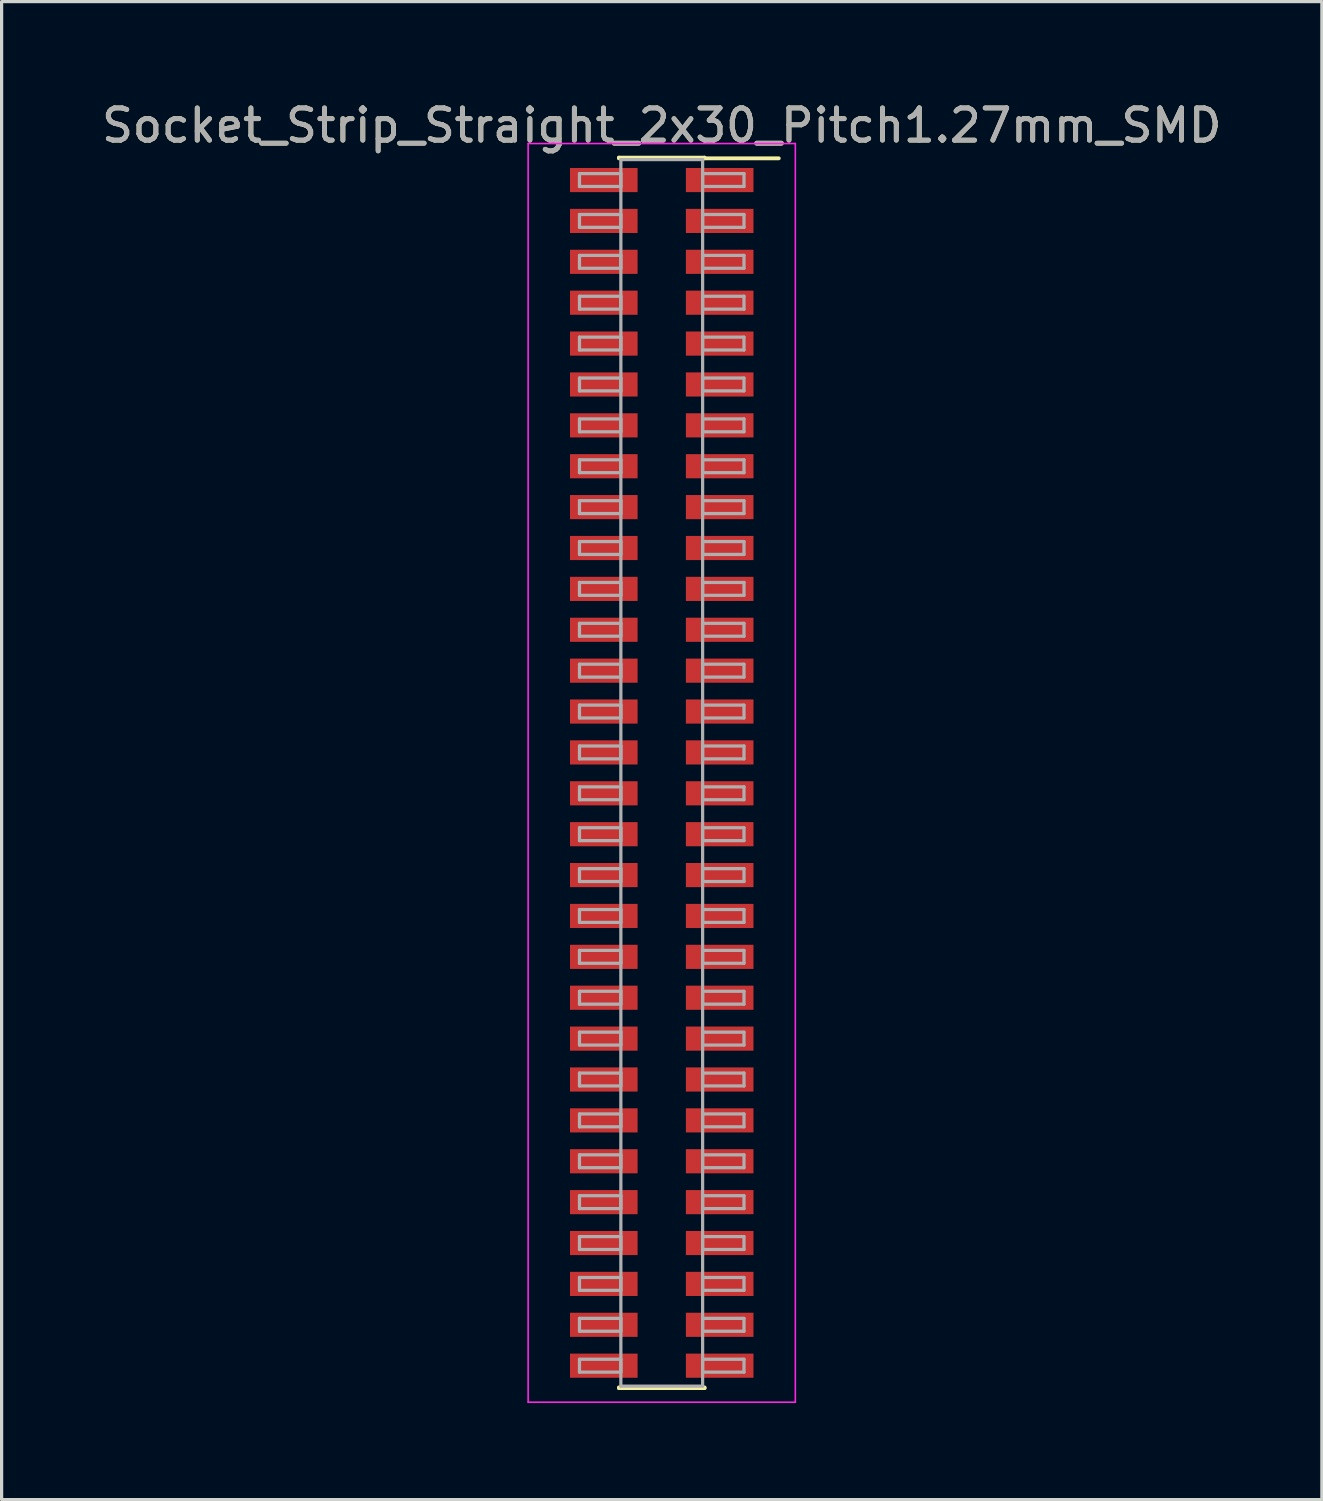
<source format=kicad_pcb>
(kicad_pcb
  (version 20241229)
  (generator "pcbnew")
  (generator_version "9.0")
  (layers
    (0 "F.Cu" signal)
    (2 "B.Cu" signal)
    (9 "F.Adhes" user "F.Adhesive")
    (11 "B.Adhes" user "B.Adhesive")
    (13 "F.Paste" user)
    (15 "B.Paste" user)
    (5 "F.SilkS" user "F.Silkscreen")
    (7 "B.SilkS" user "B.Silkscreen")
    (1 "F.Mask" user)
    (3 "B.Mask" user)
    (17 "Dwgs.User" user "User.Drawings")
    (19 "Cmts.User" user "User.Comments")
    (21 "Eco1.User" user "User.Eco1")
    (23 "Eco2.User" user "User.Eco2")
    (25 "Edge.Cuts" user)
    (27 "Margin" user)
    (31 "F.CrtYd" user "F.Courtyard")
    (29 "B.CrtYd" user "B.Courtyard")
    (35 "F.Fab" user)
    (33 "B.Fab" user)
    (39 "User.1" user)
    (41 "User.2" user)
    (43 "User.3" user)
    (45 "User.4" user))
  (footprint "Socket_Strip_Straight_2x30_Pitch1.27mm_SMD"
    (layer "F.Cu")
    (at 17.506 20.958)
    (property "Reference" "Socket_Strip_Straight_2x30_Pitch1.27mm_SMD" (at 0 -20.11 0) (layer "F.SilkS") (effects (font (size 1 1) (thickness 0.15))))
    (attr smd)
    (fp_line (start -1.33 -19.11) (end 1.33 -19.11) (stroke (width 0.12) (type solid)) (layer "F.SilkS"))
    (fp_line (start -1.33 -19.09) (end -1.33 -19.11) (stroke (width 0.12) (type solid)) (layer "F.SilkS"))
    (fp_line (start -1.33 19.09) (end -1.33 19.11) (stroke (width 0.12) (type solid)) (layer "F.SilkS"))
    (fp_line (start -1.33 19.11) (end 1.33 19.11) (stroke (width 0.12) (type solid)) (layer "F.SilkS"))
    (fp_line (start 1.33 -19.11) (end 1.33 -19.09) (stroke (width 0.12) (type solid)) (layer "F.SilkS"))
    (fp_line (start 1.33 19.11) (end 1.33 19.09) (stroke (width 0.12) (type solid)) (layer "F.SilkS"))
    (fp_line (start 3.635 -19.09) (end 1.33 -19.09) (stroke (width 0.12) (type solid)) (layer "F.SilkS"))
    (fp_line (start -4.15 -19.55) (end -4.15 19.55) (stroke (width 0.05) (type solid)) (layer "F.CrtYd"))
    (fp_line (start -4.15 19.55) (end 4.15 19.55) (stroke (width 0.05) (type solid)) (layer "F.CrtYd"))
    (fp_line (start 4.15 -19.55) (end -4.15 -19.55) (stroke (width 0.05) (type solid)) (layer "F.CrtYd"))
    (fp_line (start 4.15 19.55) (end 4.15 -19.55) (stroke (width 0.05) (type solid)) (layer "F.CrtYd"))
    (fp_line (start -2.555 -18.615) (end -1.27 -18.615) (stroke (width 0.1) (type solid)) (layer "F.Fab"))
    (fp_line (start -2.555 -18.215) (end -2.555 -18.615) (stroke (width 0.1) (type solid)) (layer "F.Fab"))
    (fp_line (start -2.555 -17.345) (end -1.27 -17.345) (stroke (width 0.1) (type solid)) (layer "F.Fab"))
    (fp_line (start -2.555 -16.945) (end -2.555 -17.345) (stroke (width 0.1) (type solid)) (layer "F.Fab"))
    (fp_line (start -2.555 -16.075) (end -1.27 -16.075) (stroke (width 0.1) (type solid)) (layer "F.Fab"))
    (fp_line (start -2.555 -15.675) (end -2.555 -16.075) (stroke (width 0.1) (type solid)) (layer "F.Fab"))
    (fp_line (start -2.555 -14.805) (end -1.27 -14.805) (stroke (width 0.1) (type solid)) (layer "F.Fab"))
    (fp_line (start -2.555 -14.405) (end -2.555 -14.805) (stroke (width 0.1) (type solid)) (layer "F.Fab"))
    (fp_line (start -2.555 -13.535) (end -1.27 -13.535) (stroke (width 0.1) (type solid)) (layer "F.Fab"))
    (fp_line (start -2.555 -13.135) (end -2.555 -13.535) (stroke (width 0.1) (type solid)) (layer "F.Fab"))
    (fp_line (start -2.555 -12.265) (end -1.27 -12.265) (stroke (width 0.1) (type solid)) (layer "F.Fab"))
    (fp_line (start -2.555 -11.865) (end -2.555 -12.265) (stroke (width 0.1) (type solid)) (layer "F.Fab"))
    (fp_line (start -2.555 -10.995) (end -1.27 -10.995) (stroke (width 0.1) (type solid)) (layer "F.Fab"))
    (fp_line (start -2.555 -10.595) (end -2.555 -10.995) (stroke (width 0.1) (type solid)) (layer "F.Fab"))
    (fp_line (start -2.555 -9.725) (end -1.27 -9.725) (stroke (width 0.1) (type solid)) (layer "F.Fab"))
    (fp_line (start -2.555 -9.325) (end -2.555 -9.725) (stroke (width 0.1) (type solid)) (layer "F.Fab"))
    (fp_line (start -2.555 -8.455) (end -1.27 -8.455) (stroke (width 0.1) (type solid)) (layer "F.Fab"))
    (fp_line (start -2.555 -8.055) (end -2.555 -8.455) (stroke (width 0.1) (type solid)) (layer "F.Fab"))
    (fp_line (start -2.555 -7.185) (end -1.27 -7.185) (stroke (width 0.1) (type solid)) (layer "F.Fab"))
    (fp_line (start -2.555 -6.785) (end -2.555 -7.185) (stroke (width 0.1) (type solid)) (layer "F.Fab"))
    (fp_line (start -2.555 -5.915) (end -1.27 -5.915) (stroke (width 0.1) (type solid)) (layer "F.Fab"))
    (fp_line (start -2.555 -5.515) (end -2.555 -5.915) (stroke (width 0.1) (type solid)) (layer "F.Fab"))
    (fp_line (start -2.555 -4.645) (end -1.27 -4.645) (stroke (width 0.1) (type solid)) (layer "F.Fab"))
    (fp_line (start -2.555 -4.245) (end -2.555 -4.645) (stroke (width 0.1) (type solid)) (layer "F.Fab"))
    (fp_line (start -2.555 -3.375) (end -1.27 -3.375) (stroke (width 0.1) (type solid)) (layer "F.Fab"))
    (fp_line (start -2.555 -2.975) (end -2.555 -3.375) (stroke (width 0.1) (type solid)) (layer "F.Fab"))
    (fp_line (start -2.555 -2.105) (end -1.27 -2.105) (stroke (width 0.1) (type solid)) (layer "F.Fab"))
    (fp_line (start -2.555 -1.705) (end -2.555 -2.105) (stroke (width 0.1) (type solid)) (layer "F.Fab"))
    (fp_line (start -2.555 -0.835) (end -1.27 -0.835) (stroke (width 0.1) (type solid)) (layer "F.Fab"))
    (fp_line (start -2.555 -0.435) (end -2.555 -0.835) (stroke (width 0.1) (type solid)) (layer "F.Fab"))
    (fp_line (start -2.555 0.435) (end -1.27 0.435) (stroke (width 0.1) (type solid)) (layer "F.Fab"))
    (fp_line (start -2.555 0.835) (end -2.555 0.435) (stroke (width 0.1) (type solid)) (layer "F.Fab"))
    (fp_line (start -2.555 1.705) (end -1.27 1.705) (stroke (width 0.1) (type solid)) (layer "F.Fab"))
    (fp_line (start -2.555 2.105) (end -2.555 1.705) (stroke (width 0.1) (type solid)) (layer "F.Fab"))
    (fp_line (start -2.555 2.975) (end -1.27 2.975) (stroke (width 0.1) (type solid)) (layer "F.Fab"))
    (fp_line (start -2.555 3.375) (end -2.555 2.975) (stroke (width 0.1) (type solid)) (layer "F.Fab"))
    (fp_line (start -2.555 4.245) (end -1.27 4.245) (stroke (width 0.1) (type solid)) (layer "F.Fab"))
    (fp_line (start -2.555 4.645) (end -2.555 4.245) (stroke (width 0.1) (type solid)) (layer "F.Fab"))
    (fp_line (start -2.555 5.515) (end -1.27 5.515) (stroke (width 0.1) (type solid)) (layer "F.Fab"))
    (fp_line (start -2.555 5.915) (end -2.555 5.515) (stroke (width 0.1) (type solid)) (layer "F.Fab"))
    (fp_line (start -2.555 6.785) (end -1.27 6.785) (stroke (width 0.1) (type solid)) (layer "F.Fab"))
    (fp_line (start -2.555 7.185) (end -2.555 6.785) (stroke (width 0.1) (type solid)) (layer "F.Fab"))
    (fp_line (start -2.555 8.055) (end -1.27 8.055) (stroke (width 0.1) (type solid)) (layer "F.Fab"))
    (fp_line (start -2.555 8.455) (end -2.555 8.055) (stroke (width 0.1) (type solid)) (layer "F.Fab"))
    (fp_line (start -2.555 9.325) (end -1.27 9.325) (stroke (width 0.1) (type solid)) (layer "F.Fab"))
    (fp_line (start -2.555 9.725) (end -2.555 9.325) (stroke (width 0.1) (type solid)) (layer "F.Fab"))
    (fp_line (start -2.555 10.595) (end -1.27 10.595) (stroke (width 0.1) (type solid)) (layer "F.Fab"))
    (fp_line (start -2.555 10.995) (end -2.555 10.595) (stroke (width 0.1) (type solid)) (layer "F.Fab"))
    (fp_line (start -2.555 11.865) (end -1.27 11.865) (stroke (width 0.1) (type solid)) (layer "F.Fab"))
    (fp_line (start -2.555 12.265) (end -2.555 11.865) (stroke (width 0.1) (type solid)) (layer "F.Fab"))
    (fp_line (start -2.555 13.135) (end -1.27 13.135) (stroke (width 0.1) (type solid)) (layer "F.Fab"))
    (fp_line (start -2.555 13.535) (end -2.555 13.135) (stroke (width 0.1) (type solid)) (layer "F.Fab"))
    (fp_line (start -2.555 14.405) (end -1.27 14.405) (stroke (width 0.1) (type solid)) (layer "F.Fab"))
    (fp_line (start -2.555 14.805) (end -2.555 14.405) (stroke (width 0.1) (type solid)) (layer "F.Fab"))
    (fp_line (start -2.555 15.675) (end -1.27 15.675) (stroke (width 0.1) (type solid)) (layer "F.Fab"))
    (fp_line (start -2.555 16.075) (end -2.555 15.675) (stroke (width 0.1) (type solid)) (layer "F.Fab"))
    (fp_line (start -2.555 16.945) (end -1.27 16.945) (stroke (width 0.1) (type solid)) (layer "F.Fab"))
    (fp_line (start -2.555 17.345) (end -2.555 16.945) (stroke (width 0.1) (type solid)) (layer "F.Fab"))
    (fp_line (start -2.555 18.215) (end -1.27 18.215) (stroke (width 0.1) (type solid)) (layer "F.Fab"))
    (fp_line (start -2.555 18.615) (end -2.555 18.215) (stroke (width 0.1) (type solid)) (layer "F.Fab"))
    (fp_line (start -1.27 -19.05) (end -1.27 19.05) (stroke (width 0.1) (type solid)) (layer "F.Fab"))
    (fp_line (start -1.27 -18.615) (end -1.27 -18.215) (stroke (width 0.1) (type solid)) (layer "F.Fab"))
    (fp_line (start -1.27 -18.215) (end -2.555 -18.215) (stroke (width 0.1) (type solid)) (layer "F.Fab"))
    (fp_line (start -1.27 -17.345) (end -1.27 -16.945) (stroke (width 0.1) (type solid)) (layer "F.Fab"))
    (fp_line (start -1.27 -16.945) (end -2.555 -16.945) (stroke (width 0.1) (type solid)) (layer "F.Fab"))
    (fp_line (start -1.27 -16.075) (end -1.27 -15.675) (stroke (width 0.1) (type solid)) (layer "F.Fab"))
    (fp_line (start -1.27 -15.675) (end -2.555 -15.675) (stroke (width 0.1) (type solid)) (layer "F.Fab"))
    (fp_line (start -1.27 -14.805) (end -1.27 -14.405) (stroke (width 0.1) (type solid)) (layer "F.Fab"))
    (fp_line (start -1.27 -14.405) (end -2.555 -14.405) (stroke (width 0.1) (type solid)) (layer "F.Fab"))
    (fp_line (start -1.27 -13.535) (end -1.27 -13.135) (stroke (width 0.1) (type solid)) (layer "F.Fab"))
    (fp_line (start -1.27 -13.135) (end -2.555 -13.135) (stroke (width 0.1) (type solid)) (layer "F.Fab"))
    (fp_line (start -1.27 -12.265) (end -1.27 -11.865) (stroke (width 0.1) (type solid)) (layer "F.Fab"))
    (fp_line (start -1.27 -11.865) (end -2.555 -11.865) (stroke (width 0.1) (type solid)) (layer "F.Fab"))
    (fp_line (start -1.27 -10.995) (end -1.27 -10.595) (stroke (width 0.1) (type solid)) (layer "F.Fab"))
    (fp_line (start -1.27 -10.595) (end -2.555 -10.595) (stroke (width 0.1) (type solid)) (layer "F.Fab"))
    (fp_line (start -1.27 -9.725) (end -1.27 -9.325) (stroke (width 0.1) (type solid)) (layer "F.Fab"))
    (fp_line (start -1.27 -9.325) (end -2.555 -9.325) (stroke (width 0.1) (type solid)) (layer "F.Fab"))
    (fp_line (start -1.27 -8.455) (end -1.27 -8.055) (stroke (width 0.1) (type solid)) (layer "F.Fab"))
    (fp_line (start -1.27 -8.055) (end -2.555 -8.055) (stroke (width 0.1) (type solid)) (layer "F.Fab"))
    (fp_line (start -1.27 -7.185) (end -1.27 -6.785) (stroke (width 0.1) (type solid)) (layer "F.Fab"))
    (fp_line (start -1.27 -6.785) (end -2.555 -6.785) (stroke (width 0.1) (type solid)) (layer "F.Fab"))
    (fp_line (start -1.27 -5.915) (end -1.27 -5.515) (stroke (width 0.1) (type solid)) (layer "F.Fab"))
    (fp_line (start -1.27 -5.515) (end -2.555 -5.515) (stroke (width 0.1) (type solid)) (layer "F.Fab"))
    (fp_line (start -1.27 -4.645) (end -1.27 -4.245) (stroke (width 0.1) (type solid)) (layer "F.Fab"))
    (fp_line (start -1.27 -4.245) (end -2.555 -4.245) (stroke (width 0.1) (type solid)) (layer "F.Fab"))
    (fp_line (start -1.27 -3.375) (end -1.27 -2.975) (stroke (width 0.1) (type solid)) (layer "F.Fab"))
    (fp_line (start -1.27 -2.975) (end -2.555 -2.975) (stroke (width 0.1) (type solid)) (layer "F.Fab"))
    (fp_line (start -1.27 -2.105) (end -1.27 -1.705) (stroke (width 0.1) (type solid)) (layer "F.Fab"))
    (fp_line (start -1.27 -1.705) (end -2.555 -1.705) (stroke (width 0.1) (type solid)) (layer "F.Fab"))
    (fp_line (start -1.27 -0.835) (end -1.27 -0.435) (stroke (width 0.1) (type solid)) (layer "F.Fab"))
    (fp_line (start -1.27 -0.435) (end -2.555 -0.435) (stroke (width 0.1) (type solid)) (layer "F.Fab"))
    (fp_line (start -1.27 0.435) (end -1.27 0.835) (stroke (width 0.1) (type solid)) (layer "F.Fab"))
    (fp_line (start -1.27 0.835) (end -2.555 0.835) (stroke (width 0.1) (type solid)) (layer "F.Fab"))
    (fp_line (start -1.27 1.705) (end -1.27 2.105) (stroke (width 0.1) (type solid)) (layer "F.Fab"))
    (fp_line (start -1.27 2.105) (end -2.555 2.105) (stroke (width 0.1) (type solid)) (layer "F.Fab"))
    (fp_line (start -1.27 2.975) (end -1.27 3.375) (stroke (width 0.1) (type solid)) (layer "F.Fab"))
    (fp_line (start -1.27 3.375) (end -2.555 3.375) (stroke (width 0.1) (type solid)) (layer "F.Fab"))
    (fp_line (start -1.27 4.245) (end -1.27 4.645) (stroke (width 0.1) (type solid)) (layer "F.Fab"))
    (fp_line (start -1.27 4.645) (end -2.555 4.645) (stroke (width 0.1) (type solid)) (layer "F.Fab"))
    (fp_line (start -1.27 5.515) (end -1.27 5.915) (stroke (width 0.1) (type solid)) (layer "F.Fab"))
    (fp_line (start -1.27 5.915) (end -2.555 5.915) (stroke (width 0.1) (type solid)) (layer "F.Fab"))
    (fp_line (start -1.27 6.785) (end -1.27 7.185) (stroke (width 0.1) (type solid)) (layer "F.Fab"))
    (fp_line (start -1.27 7.185) (end -2.555 7.185) (stroke (width 0.1) (type solid)) (layer "F.Fab"))
    (fp_line (start -1.27 8.055) (end -1.27 8.455) (stroke (width 0.1) (type solid)) (layer "F.Fab"))
    (fp_line (start -1.27 8.455) (end -2.555 8.455) (stroke (width 0.1) (type solid)) (layer "F.Fab"))
    (fp_line (start -1.27 9.325) (end -1.27 9.725) (stroke (width 0.1) (type solid)) (layer "F.Fab"))
    (fp_line (start -1.27 9.725) (end -2.555 9.725) (stroke (width 0.1) (type solid)) (layer "F.Fab"))
    (fp_line (start -1.27 10.595) (end -1.27 10.995) (stroke (width 0.1) (type solid)) (layer "F.Fab"))
    (fp_line (start -1.27 10.995) (end -2.555 10.995) (stroke (width 0.1) (type solid)) (layer "F.Fab"))
    (fp_line (start -1.27 11.865) (end -1.27 12.265) (stroke (width 0.1) (type solid)) (layer "F.Fab"))
    (fp_line (start -1.27 12.265) (end -2.555 12.265) (stroke (width 0.1) (type solid)) (layer "F.Fab"))
    (fp_line (start -1.27 13.135) (end -1.27 13.535) (stroke (width 0.1) (type solid)) (layer "F.Fab"))
    (fp_line (start -1.27 13.535) (end -2.555 13.535) (stroke (width 0.1) (type solid)) (layer "F.Fab"))
    (fp_line (start -1.27 14.405) (end -1.27 14.805) (stroke (width 0.1) (type solid)) (layer "F.Fab"))
    (fp_line (start -1.27 14.805) (end -2.555 14.805) (stroke (width 0.1) (type solid)) (layer "F.Fab"))
    (fp_line (start -1.27 15.675) (end -1.27 16.075) (stroke (width 0.1) (type solid)) (layer "F.Fab"))
    (fp_line (start -1.27 16.075) (end -2.555 16.075) (stroke (width 0.1) (type solid)) (layer "F.Fab"))
    (fp_line (start -1.27 16.945) (end -1.27 17.345) (stroke (width 0.1) (type solid)) (layer "F.Fab"))
    (fp_line (start -1.27 17.345) (end -2.555 17.345) (stroke (width 0.1) (type solid)) (layer "F.Fab"))
    (fp_line (start -1.27 18.215) (end -1.27 18.615) (stroke (width 0.1) (type solid)) (layer "F.Fab"))
    (fp_line (start -1.27 18.615) (end -2.555 18.615) (stroke (width 0.1) (type solid)) (layer "F.Fab"))
    (fp_line (start -1.27 19.05) (end 1.27 19.05) (stroke (width 0.1) (type solid)) (layer "F.Fab"))
    (fp_line (start 1.27 -19.05) (end -1.27 -19.05) (stroke (width 0.1) (type solid)) (layer "F.Fab"))
    (fp_line (start 1.27 -18.615) (end 1.27 -18.215) (stroke (width 0.1) (type solid)) (layer "F.Fab"))
    (fp_line (start 1.27 -18.215) (end 2.555 -18.215) (stroke (width 0.1) (type solid)) (layer "F.Fab"))
    (fp_line (start 1.27 -17.345) (end 1.27 -16.945) (stroke (width 0.1) (type solid)) (layer "F.Fab"))
    (fp_line (start 1.27 -16.945) (end 2.555 -16.945) (stroke (width 0.1) (type solid)) (layer "F.Fab"))
    (fp_line (start 1.27 -16.075) (end 1.27 -15.675) (stroke (width 0.1) (type solid)) (layer "F.Fab"))
    (fp_line (start 1.27 -15.675) (end 2.555 -15.675) (stroke (width 0.1) (type solid)) (layer "F.Fab"))
    (fp_line (start 1.27 -14.805) (end 1.27 -14.405) (stroke (width 0.1) (type solid)) (layer "F.Fab"))
    (fp_line (start 1.27 -14.405) (end 2.555 -14.405) (stroke (width 0.1) (type solid)) (layer "F.Fab"))
    (fp_line (start 1.27 -13.535) (end 1.27 -13.135) (stroke (width 0.1) (type solid)) (layer "F.Fab"))
    (fp_line (start 1.27 -13.135) (end 2.555 -13.135) (stroke (width 0.1) (type solid)) (layer "F.Fab"))
    (fp_line (start 1.27 -12.265) (end 1.27 -11.865) (stroke (width 0.1) (type solid)) (layer "F.Fab"))
    (fp_line (start 1.27 -11.865) (end 2.555 -11.865) (stroke (width 0.1) (type solid)) (layer "F.Fab"))
    (fp_line (start 1.27 -10.995) (end 1.27 -10.595) (stroke (width 0.1) (type solid)) (layer "F.Fab"))
    (fp_line (start 1.27 -10.595) (end 2.555 -10.595) (stroke (width 0.1) (type solid)) (layer "F.Fab"))
    (fp_line (start 1.27 -9.725) (end 1.27 -9.325) (stroke (width 0.1) (type solid)) (layer "F.Fab"))
    (fp_line (start 1.27 -9.325) (end 2.555 -9.325) (stroke (width 0.1) (type solid)) (layer "F.Fab"))
    (fp_line (start 1.27 -8.455) (end 1.27 -8.055) (stroke (width 0.1) (type solid)) (layer "F.Fab"))
    (fp_line (start 1.27 -8.055) (end 2.555 -8.055) (stroke (width 0.1) (type solid)) (layer "F.Fab"))
    (fp_line (start 1.27 -7.185) (end 1.27 -6.785) (stroke (width 0.1) (type solid)) (layer "F.Fab"))
    (fp_line (start 1.27 -6.785) (end 2.555 -6.785) (stroke (width 0.1) (type solid)) (layer "F.Fab"))
    (fp_line (start 1.27 -5.915) (end 1.27 -5.515) (stroke (width 0.1) (type solid)) (layer "F.Fab"))
    (fp_line (start 1.27 -5.515) (end 2.555 -5.515) (stroke (width 0.1) (type solid)) (layer "F.Fab"))
    (fp_line (start 1.27 -4.645) (end 1.27 -4.245) (stroke (width 0.1) (type solid)) (layer "F.Fab"))
    (fp_line (start 1.27 -4.245) (end 2.555 -4.245) (stroke (width 0.1) (type solid)) (layer "F.Fab"))
    (fp_line (start 1.27 -3.375) (end 1.27 -2.975) (stroke (width 0.1) (type solid)) (layer "F.Fab"))
    (fp_line (start 1.27 -2.975) (end 2.555 -2.975) (stroke (width 0.1) (type solid)) (layer "F.Fab"))
    (fp_line (start 1.27 -2.105) (end 1.27 -1.705) (stroke (width 0.1) (type solid)) (layer "F.Fab"))
    (fp_line (start 1.27 -1.705) (end 2.555 -1.705) (stroke (width 0.1) (type solid)) (layer "F.Fab"))
    (fp_line (start 1.27 -0.835) (end 1.27 -0.435) (stroke (width 0.1) (type solid)) (layer "F.Fab"))
    (fp_line (start 1.27 -0.435) (end 2.555 -0.435) (stroke (width 0.1) (type solid)) (layer "F.Fab"))
    (fp_line (start 1.27 0.435) (end 1.27 0.835) (stroke (width 0.1) (type solid)) (layer "F.Fab"))
    (fp_line (start 1.27 0.835) (end 2.555 0.835) (stroke (width 0.1) (type solid)) (layer "F.Fab"))
    (fp_line (start 1.27 1.705) (end 1.27 2.105) (stroke (width 0.1) (type solid)) (layer "F.Fab"))
    (fp_line (start 1.27 2.105) (end 2.555 2.105) (stroke (width 0.1) (type solid)) (layer "F.Fab"))
    (fp_line (start 1.27 2.975) (end 1.27 3.375) (stroke (width 0.1) (type solid)) (layer "F.Fab"))
    (fp_line (start 1.27 3.375) (end 2.555 3.375) (stroke (width 0.1) (type solid)) (layer "F.Fab"))
    (fp_line (start 1.27 4.245) (end 1.27 4.645) (stroke (width 0.1) (type solid)) (layer "F.Fab"))
    (fp_line (start 1.27 4.645) (end 2.555 4.645) (stroke (width 0.1) (type solid)) (layer "F.Fab"))
    (fp_line (start 1.27 5.515) (end 1.27 5.915) (stroke (width 0.1) (type solid)) (layer "F.Fab"))
    (fp_line (start 1.27 5.915) (end 2.555 5.915) (stroke (width 0.1) (type solid)) (layer "F.Fab"))
    (fp_line (start 1.27 6.785) (end 1.27 7.185) (stroke (width 0.1) (type solid)) (layer "F.Fab"))
    (fp_line (start 1.27 7.185) (end 2.555 7.185) (stroke (width 0.1) (type solid)) (layer "F.Fab"))
    (fp_line (start 1.27 8.055) (end 1.27 8.455) (stroke (width 0.1) (type solid)) (layer "F.Fab"))
    (fp_line (start 1.27 8.455) (end 2.555 8.455) (stroke (width 0.1) (type solid)) (layer "F.Fab"))
    (fp_line (start 1.27 9.325) (end 1.27 9.725) (stroke (width 0.1) (type solid)) (layer "F.Fab"))
    (fp_line (start 1.27 9.725) (end 2.555 9.725) (stroke (width 0.1) (type solid)) (layer "F.Fab"))
    (fp_line (start 1.27 10.595) (end 1.27 10.995) (stroke (width 0.1) (type solid)) (layer "F.Fab"))
    (fp_line (start 1.27 10.995) (end 2.555 10.995) (stroke (width 0.1) (type solid)) (layer "F.Fab"))
    (fp_line (start 1.27 11.865) (end 1.27 12.265) (stroke (width 0.1) (type solid)) (layer "F.Fab"))
    (fp_line (start 1.27 12.265) (end 2.555 12.265) (stroke (width 0.1) (type solid)) (layer "F.Fab"))
    (fp_line (start 1.27 13.135) (end 1.27 13.535) (stroke (width 0.1) (type solid)) (layer "F.Fab"))
    (fp_line (start 1.27 13.535) (end 2.555 13.535) (stroke (width 0.1) (type solid)) (layer "F.Fab"))
    (fp_line (start 1.27 14.405) (end 1.27 14.805) (stroke (width 0.1) (type solid)) (layer "F.Fab"))
    (fp_line (start 1.27 14.805) (end 2.555 14.805) (stroke (width 0.1) (type solid)) (layer "F.Fab"))
    (fp_line (start 1.27 15.675) (end 1.27 16.075) (stroke (width 0.1) (type solid)) (layer "F.Fab"))
    (fp_line (start 1.27 16.075) (end 2.555 16.075) (stroke (width 0.1) (type solid)) (layer "F.Fab"))
    (fp_line (start 1.27 16.945) (end 1.27 17.345) (stroke (width 0.1) (type solid)) (layer "F.Fab"))
    (fp_line (start 1.27 17.345) (end 2.555 17.345) (stroke (width 0.1) (type solid)) (layer "F.Fab"))
    (fp_line (start 1.27 18.215) (end 1.27 18.615) (stroke (width 0.1) (type solid)) (layer "F.Fab"))
    (fp_line (start 1.27 18.615) (end 2.555 18.615) (stroke (width 0.1) (type solid)) (layer "F.Fab"))
    (fp_line (start 1.27 19.05) (end 1.27 -19.05) (stroke (width 0.1) (type solid)) (layer "F.Fab"))
    (fp_line (start 2.555 -18.615) (end 1.27 -18.615) (stroke (width 0.1) (type solid)) (layer "F.Fab"))
    (fp_line (start 2.555 -18.215) (end 2.555 -18.615) (stroke (width 0.1) (type solid)) (layer "F.Fab"))
    (fp_line (start 2.555 -17.345) (end 1.27 -17.345) (stroke (width 0.1) (type solid)) (layer "F.Fab"))
    (fp_line (start 2.555 -16.945) (end 2.555 -17.345) (stroke (width 0.1) (type solid)) (layer "F.Fab"))
    (fp_line (start 2.555 -16.075) (end 1.27 -16.075) (stroke (width 0.1) (type solid)) (layer "F.Fab"))
    (fp_line (start 2.555 -15.675) (end 2.555 -16.075) (stroke (width 0.1) (type solid)) (layer "F.Fab"))
    (fp_line (start 2.555 -14.805) (end 1.27 -14.805) (stroke (width 0.1) (type solid)) (layer "F.Fab"))
    (fp_line (start 2.555 -14.405) (end 2.555 -14.805) (stroke (width 0.1) (type solid)) (layer "F.Fab"))
    (fp_line (start 2.555 -13.535) (end 1.27 -13.535) (stroke (width 0.1) (type solid)) (layer "F.Fab"))
    (fp_line (start 2.555 -13.135) (end 2.555 -13.535) (stroke (width 0.1) (type solid)) (layer "F.Fab"))
    (fp_line (start 2.555 -12.265) (end 1.27 -12.265) (stroke (width 0.1) (type solid)) (layer "F.Fab"))
    (fp_line (start 2.555 -11.865) (end 2.555 -12.265) (stroke (width 0.1) (type solid)) (layer "F.Fab"))
    (fp_line (start 2.555 -10.995) (end 1.27 -10.995) (stroke (width 0.1) (type solid)) (layer "F.Fab"))
    (fp_line (start 2.555 -10.595) (end 2.555 -10.995) (stroke (width 0.1) (type solid)) (layer "F.Fab"))
    (fp_line (start 2.555 -9.725) (end 1.27 -9.725) (stroke (width 0.1) (type solid)) (layer "F.Fab"))
    (fp_line (start 2.555 -9.325) (end 2.555 -9.725) (stroke (width 0.1) (type solid)) (layer "F.Fab"))
    (fp_line (start 2.555 -8.455) (end 1.27 -8.455) (stroke (width 0.1) (type solid)) (layer "F.Fab"))
    (fp_line (start 2.555 -8.055) (end 2.555 -8.455) (stroke (width 0.1) (type solid)) (layer "F.Fab"))
    (fp_line (start 2.555 -7.185) (end 1.27 -7.185) (stroke (width 0.1) (type solid)) (layer "F.Fab"))
    (fp_line (start 2.555 -6.785) (end 2.555 -7.185) (stroke (width 0.1) (type solid)) (layer "F.Fab"))
    (fp_line (start 2.555 -5.915) (end 1.27 -5.915) (stroke (width 0.1) (type solid)) (layer "F.Fab"))
    (fp_line (start 2.555 -5.515) (end 2.555 -5.915) (stroke (width 0.1) (type solid)) (layer "F.Fab"))
    (fp_line (start 2.555 -4.645) (end 1.27 -4.645) (stroke (width 0.1) (type solid)) (layer "F.Fab"))
    (fp_line (start 2.555 -4.245) (end 2.555 -4.645) (stroke (width 0.1) (type solid)) (layer "F.Fab"))
    (fp_line (start 2.555 -3.375) (end 1.27 -3.375) (stroke (width 0.1) (type solid)) (layer "F.Fab"))
    (fp_line (start 2.555 -2.975) (end 2.555 -3.375) (stroke (width 0.1) (type solid)) (layer "F.Fab"))
    (fp_line (start 2.555 -2.105) (end 1.27 -2.105) (stroke (width 0.1) (type solid)) (layer "F.Fab"))
    (fp_line (start 2.555 -1.705) (end 2.555 -2.105) (stroke (width 0.1) (type solid)) (layer "F.Fab"))
    (fp_line (start 2.555 -0.835) (end 1.27 -0.835) (stroke (width 0.1) (type solid)) (layer "F.Fab"))
    (fp_line (start 2.555 -0.435) (end 2.555 -0.835) (stroke (width 0.1) (type solid)) (layer "F.Fab"))
    (fp_line (start 2.555 0.435) (end 1.27 0.435) (stroke (width 0.1) (type solid)) (layer "F.Fab"))
    (fp_line (start 2.555 0.835) (end 2.555 0.435) (stroke (width 0.1) (type solid)) (layer "F.Fab"))
    (fp_line (start 2.555 1.705) (end 1.27 1.705) (stroke (width 0.1) (type solid)) (layer "F.Fab"))
    (fp_line (start 2.555 2.105) (end 2.555 1.705) (stroke (width 0.1) (type solid)) (layer "F.Fab"))
    (fp_line (start 2.555 2.975) (end 1.27 2.975) (stroke (width 0.1) (type solid)) (layer "F.Fab"))
    (fp_line (start 2.555 3.375) (end 2.555 2.975) (stroke (width 0.1) (type solid)) (layer "F.Fab"))
    (fp_line (start 2.555 4.245) (end 1.27 4.245) (stroke (width 0.1) (type solid)) (layer "F.Fab"))
    (fp_line (start 2.555 4.645) (end 2.555 4.245) (stroke (width 0.1) (type solid)) (layer "F.Fab"))
    (fp_line (start 2.555 5.515) (end 1.27 5.515) (stroke (width 0.1) (type solid)) (layer "F.Fab"))
    (fp_line (start 2.555 5.915) (end 2.555 5.515) (stroke (width 0.1) (type solid)) (layer "F.Fab"))
    (fp_line (start 2.555 6.785) (end 1.27 6.785) (stroke (width 0.1) (type solid)) (layer "F.Fab"))
    (fp_line (start 2.555 7.185) (end 2.555 6.785) (stroke (width 0.1) (type solid)) (layer "F.Fab"))
    (fp_line (start 2.555 8.055) (end 1.27 8.055) (stroke (width 0.1) (type solid)) (layer "F.Fab"))
    (fp_line (start 2.555 8.455) (end 2.555 8.055) (stroke (width 0.1) (type solid)) (layer "F.Fab"))
    (fp_line (start 2.555 9.325) (end 1.27 9.325) (stroke (width 0.1) (type solid)) (layer "F.Fab"))
    (fp_line (start 2.555 9.725) (end 2.555 9.325) (stroke (width 0.1) (type solid)) (layer "F.Fab"))
    (fp_line (start 2.555 10.595) (end 1.27 10.595) (stroke (width 0.1) (type solid)) (layer "F.Fab"))
    (fp_line (start 2.555 10.995) (end 2.555 10.595) (stroke (width 0.1) (type solid)) (layer "F.Fab"))
    (fp_line (start 2.555 11.865) (end 1.27 11.865) (stroke (width 0.1) (type solid)) (layer "F.Fab"))
    (fp_line (start 2.555 12.265) (end 2.555 11.865) (stroke (width 0.1) (type solid)) (layer "F.Fab"))
    (fp_line (start 2.555 13.135) (end 1.27 13.135) (stroke (width 0.1) (type solid)) (layer "F.Fab"))
    (fp_line (start 2.555 13.535) (end 2.555 13.135) (stroke (width 0.1) (type solid)) (layer "F.Fab"))
    (fp_line (start 2.555 14.405) (end 1.27 14.405) (stroke (width 0.1) (type solid)) (layer "F.Fab"))
    (fp_line (start 2.555 14.805) (end 2.555 14.405) (stroke (width 0.1) (type solid)) (layer "F.Fab"))
    (fp_line (start 2.555 15.675) (end 1.27 15.675) (stroke (width 0.1) (type solid)) (layer "F.Fab"))
    (fp_line (start 2.555 16.075) (end 2.555 15.675) (stroke (width 0.1) (type solid)) (layer "F.Fab"))
    (fp_line (start 2.555 16.945) (end 1.27 16.945) (stroke (width 0.1) (type solid)) (layer "F.Fab"))
    (fp_line (start 2.555 17.345) (end 2.555 16.945) (stroke (width 0.1) (type solid)) (layer "F.Fab"))
    (fp_line (start 2.555 18.215) (end 1.27 18.215) (stroke (width 0.1) (type solid)) (layer "F.Fab"))
    (fp_line (start 2.555 18.615) (end 2.555 18.215) (stroke (width 0.1) (type solid)) (layer "F.Fab"))
    (fp_text user "${REFERENCE}" (at 0 -20.11 0) (layer "F.Fab") (effects (font (size 1 1) (thickness 0.15))))
    (pad "1" smd rect (at 1.8 -18.415) (size 2.1 0.75) (layers "F.Cu" "F.Mask" "F.Paste"))
    (pad "2" smd rect (at -1.8 -18.415) (size 2.1 0.75) (layers "F.Cu" "F.Mask" "F.Paste"))
    (pad "3" smd rect (at 1.8 -17.145) (size 2.1 0.75) (layers "F.Cu" "F.Mask" "F.Paste"))
    (pad "4" smd rect (at -1.8 -17.145) (size 2.1 0.75) (layers "F.Cu" "F.Mask" "F.Paste"))
    (pad "5" smd rect (at 1.8 -15.875) (size 2.1 0.75) (layers "F.Cu" "F.Mask" "F.Paste"))
    (pad "6" smd rect (at -1.8 -15.875) (size 2.1 0.75) (layers "F.Cu" "F.Mask" "F.Paste"))
    (pad "7" smd rect (at 1.8 -14.605) (size 2.1 0.75) (layers "F.Cu" "F.Mask" "F.Paste"))
    (pad "8" smd rect (at -1.8 -14.605) (size 2.1 0.75) (layers "F.Cu" "F.Mask" "F.Paste"))
    (pad "9" smd rect (at 1.8 -13.335) (size 2.1 0.75) (layers "F.Cu" "F.Mask" "F.Paste"))
    (pad "10" smd rect (at -1.8 -13.335) (size 2.1 0.75) (layers "F.Cu" "F.Mask" "F.Paste"))
    (pad "11" smd rect (at 1.8 -12.065) (size 2.1 0.75) (layers "F.Cu" "F.Mask" "F.Paste"))
    (pad "12" smd rect (at -1.8 -12.065) (size 2.1 0.75) (layers "F.Cu" "F.Mask" "F.Paste"))
    (pad "13" smd rect (at 1.8 -10.795) (size 2.1 0.75) (layers "F.Cu" "F.Mask" "F.Paste"))
    (pad "14" smd rect (at -1.8 -10.795) (size 2.1 0.75) (layers "F.Cu" "F.Mask" "F.Paste"))
    (pad "15" smd rect (at 1.8 -9.525) (size 2.1 0.75) (layers "F.Cu" "F.Mask" "F.Paste"))
    (pad "16" smd rect (at -1.8 -9.525) (size 2.1 0.75) (layers "F.Cu" "F.Mask" "F.Paste"))
    (pad "17" smd rect (at 1.8 -8.255) (size 2.1 0.75) (layers "F.Cu" "F.Mask" "F.Paste"))
    (pad "18" smd rect (at -1.8 -8.255) (size 2.1 0.75) (layers "F.Cu" "F.Mask" "F.Paste"))
    (pad "19" smd rect (at 1.8 -6.985) (size 2.1 0.75) (layers "F.Cu" "F.Mask" "F.Paste"))
    (pad "20" smd rect (at -1.8 -6.985) (size 2.1 0.75) (layers "F.Cu" "F.Mask" "F.Paste"))
    (pad "21" smd rect (at 1.8 -5.715) (size 2.1 0.75) (layers "F.Cu" "F.Mask" "F.Paste"))
    (pad "22" smd rect (at -1.8 -5.715) (size 2.1 0.75) (layers "F.Cu" "F.Mask" "F.Paste"))
    (pad "23" smd rect (at 1.8 -4.445) (size 2.1 0.75) (layers "F.Cu" "F.Mask" "F.Paste"))
    (pad "24" smd rect (at -1.8 -4.445) (size 2.1 0.75) (layers "F.Cu" "F.Mask" "F.Paste"))
    (pad "25" smd rect (at 1.8 -3.175) (size 2.1 0.75) (layers "F.Cu" "F.Mask" "F.Paste"))
    (pad "26" smd rect (at -1.8 -3.175) (size 2.1 0.75) (layers "F.Cu" "F.Mask" "F.Paste"))
    (pad "27" smd rect (at 1.8 -1.905) (size 2.1 0.75) (layers "F.Cu" "F.Mask" "F.Paste"))
    (pad "28" smd rect (at -1.8 -1.905) (size 2.1 0.75) (layers "F.Cu" "F.Mask" "F.Paste"))
    (pad "29" smd rect (at 1.8 -0.635) (size 2.1 0.75) (layers "F.Cu" "F.Mask" "F.Paste"))
    (pad "30" smd rect (at -1.8 -0.635) (size 2.1 0.75) (layers "F.Cu" "F.Mask" "F.Paste"))
    (pad "31" smd rect (at 1.8 0.635) (size 2.1 0.75) (layers "F.Cu" "F.Mask" "F.Paste"))
    (pad "32" smd rect (at -1.8 0.635) (size 2.1 0.75) (layers "F.Cu" "F.Mask" "F.Paste"))
    (pad "33" smd rect (at 1.8 1.905) (size 2.1 0.75) (layers "F.Cu" "F.Mask" "F.Paste"))
    (pad "34" smd rect (at -1.8 1.905) (size 2.1 0.75) (layers "F.Cu" "F.Mask" "F.Paste"))
    (pad "35" smd rect (at 1.8 3.175) (size 2.1 0.75) (layers "F.Cu" "F.Mask" "F.Paste"))
    (pad "36" smd rect (at -1.8 3.175) (size 2.1 0.75) (layers "F.Cu" "F.Mask" "F.Paste"))
    (pad "37" smd rect (at 1.8 4.445) (size 2.1 0.75) (layers "F.Cu" "F.Mask" "F.Paste"))
    (pad "38" smd rect (at -1.8 4.445) (size 2.1 0.75) (layers "F.Cu" "F.Mask" "F.Paste"))
    (pad "39" smd rect (at 1.8 5.715) (size 2.1 0.75) (layers "F.Cu" "F.Mask" "F.Paste"))
    (pad "40" smd rect (at -1.8 5.715) (size 2.1 0.75) (layers "F.Cu" "F.Mask" "F.Paste"))
    (pad "41" smd rect (at 1.8 6.985) (size 2.1 0.75) (layers "F.Cu" "F.Mask" "F.Paste"))
    (pad "42" smd rect (at -1.8 6.985) (size 2.1 0.75) (layers "F.Cu" "F.Mask" "F.Paste"))
    (pad "43" smd rect (at 1.8 8.255) (size 2.1 0.75) (layers "F.Cu" "F.Mask" "F.Paste"))
    (pad "44" smd rect (at -1.8 8.255) (size 2.1 0.75) (layers "F.Cu" "F.Mask" "F.Paste"))
    (pad "45" smd rect (at 1.8 9.525) (size 2.1 0.75) (layers "F.Cu" "F.Mask" "F.Paste"))
    (pad "46" smd rect (at -1.8 9.525) (size 2.1 0.75) (layers "F.Cu" "F.Mask" "F.Paste"))
    (pad "47" smd rect (at 1.8 10.795) (size 2.1 0.75) (layers "F.Cu" "F.Mask" "F.Paste"))
    (pad "48" smd rect (at -1.8 10.795) (size 2.1 0.75) (layers "F.Cu" "F.Mask" "F.Paste"))
    (pad "49" smd rect (at 1.8 12.065) (size 2.1 0.75) (layers "F.Cu" "F.Mask" "F.Paste"))
    (pad "50" smd rect (at -1.8 12.065) (size 2.1 0.75) (layers "F.Cu" "F.Mask" "F.Paste"))
    (pad "51" smd rect (at 1.8 13.335) (size 2.1 0.75) (layers "F.Cu" "F.Mask" "F.Paste"))
    (pad "52" smd rect (at -1.8 13.335) (size 2.1 0.75) (layers "F.Cu" "F.Mask" "F.Paste"))
    (pad "53" smd rect (at 1.8 14.605) (size 2.1 0.75) (layers "F.Cu" "F.Mask" "F.Paste"))
    (pad "54" smd rect (at -1.8 14.605) (size 2.1 0.75) (layers "F.Cu" "F.Mask" "F.Paste"))
    (pad "55" smd rect (at 1.8 15.875) (size 2.1 0.75) (layers "F.Cu" "F.Mask" "F.Paste"))
    (pad "56" smd rect (at -1.8 15.875) (size 2.1 0.75) (layers "F.Cu" "F.Mask" "F.Paste"))
    (pad "57" smd rect (at 1.8 17.145) (size 2.1 0.75) (layers "F.Cu" "F.Mask" "F.Paste"))
    (pad "58" smd rect (at -1.8 17.145) (size 2.1 0.75) (layers "F.Cu" "F.Mask" "F.Paste"))
    (pad "59" smd rect (at 1.8 18.415) (size 2.1 0.75) (layers "F.Cu" "F.Mask" "F.Paste"))
    (pad "60" smd rect (at -1.8 18.415) (size 2.1 0.75) (layers "F.Cu" "F.Mask" "F.Paste")))
  (gr_rect
    (start -3 -3)
    (end 38.012 43.533)
    (stroke (width 0.1) (type default))
    (fill no)
    (layer "Edge.Cuts")))
</source>
